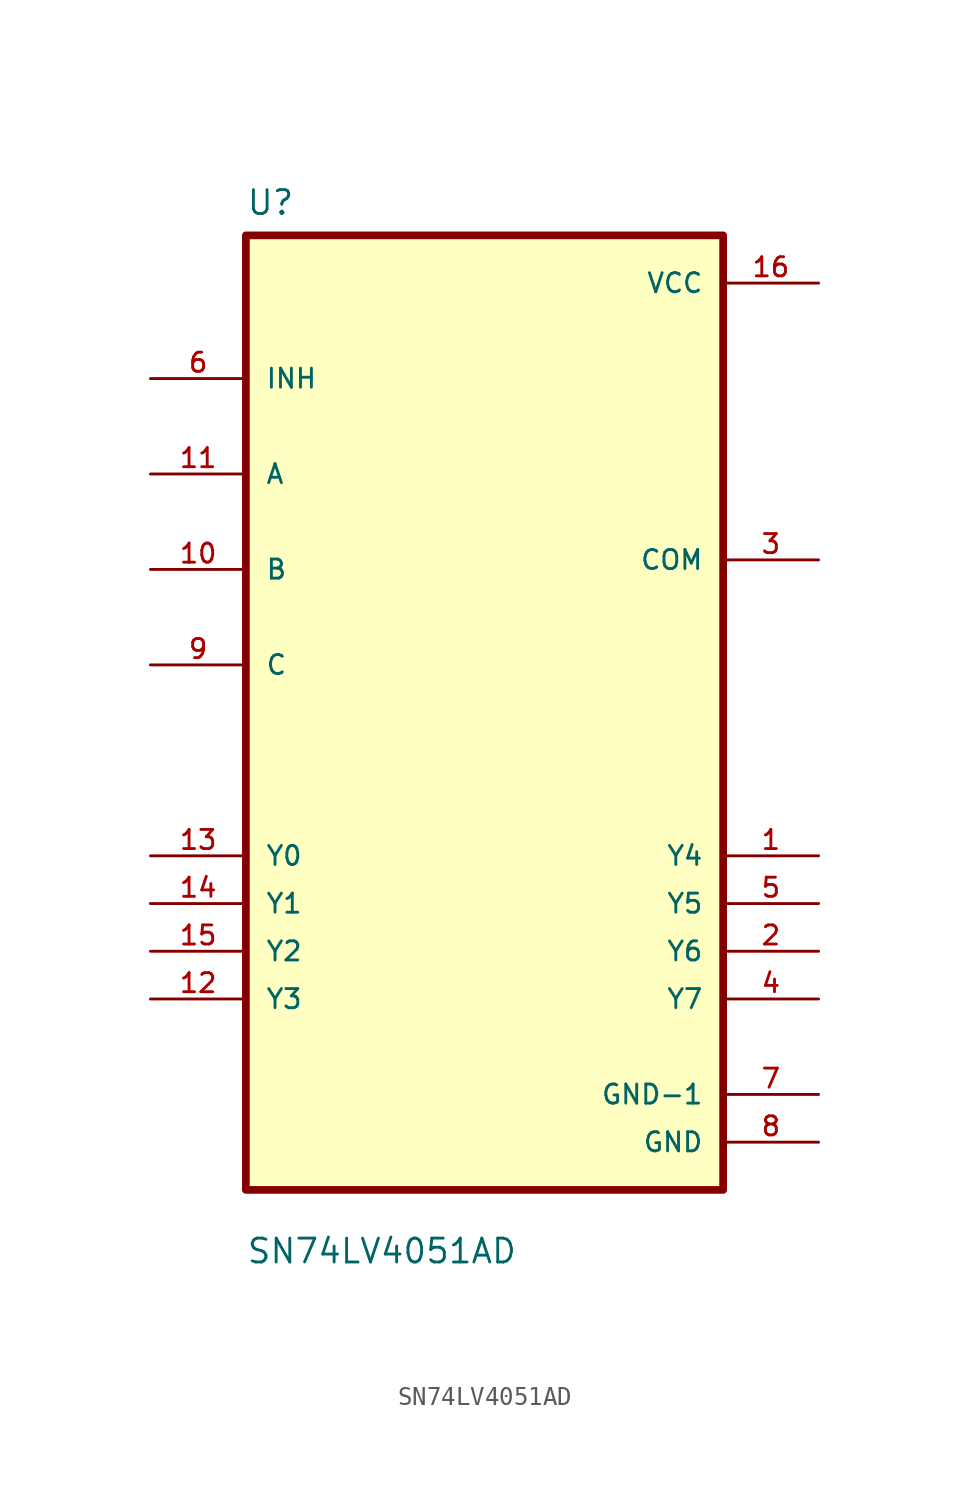
<source format=kicad_sym>
(kicad_symbol_lib
  (version 20211014)
  (generator kicad_symbol_editor)
  (symbol "SN74LV4051AD"
    (pin_names
      (offset 1.016))
    (property "Reference" "U"
      (at -12.7 26.4 0)
      (effects (font (size 1.27 1.27)) (justify left bottom)))
    (property "Value" "SN74LV4051AD"
      (at -12.7 -29.4 0)
      (effects (font (size 1.27 1.27)) (justify left bottom)))
    (symbol "SN74LV4051AD_0_0"
      (rectangle (start -12.7 -25.4) (end 12.7 25.4) (stroke (width 0.41) (type default) (color 0 0 0 0)) (fill (type background)))
      (pin bidirectional line (at 17.78 -7.62 180) (length 5.08) (name "Y4" (effects (font (size 1.016 1.016)))) (number "1" (effects (font (size 1.016 1.016)))))
      (pin bidirectional line (at -17.78 7.62 0) (length 5.08) (name "B" (effects (font (size 1.016 1.016)))) (number "10" (effects (font (size 1.016 1.016)))))
      (pin bidirectional line (at -17.78 12.7 0) (length 5.08) (name "A" (effects (font (size 1.016 1.016)))) (number "11" (effects (font (size 1.016 1.016)))))
      (pin bidirectional line (at -17.78 -15.24 0) (length 5.08) (name "Y3" (effects (font (size 1.016 1.016)))) (number "12" (effects (font (size 1.016 1.016)))))
      (pin bidirectional line (at -17.78 -7.62 0) (length 5.08) (name "Y0" (effects (font (size 1.016 1.016)))) (number "13" (effects (font (size 1.016 1.016)))))
      (pin bidirectional line (at -17.78 -10.16 0) (length 5.08) (name "Y1" (effects (font (size 1.016 1.016)))) (number "14" (effects (font (size 1.016 1.016)))))
      (pin bidirectional line (at -17.78 -12.7 0) (length 5.08) (name "Y2" (effects (font (size 1.016 1.016)))) (number "15" (effects (font (size 1.016 1.016)))))
      (pin power_in line (at 17.78 22.86 180) (length 5.08) (name "VCC" (effects (font (size 1.016 1.016)))) (number "16" (effects (font (size 1.016 1.016)))))
      (pin bidirectional line (at 17.78 -12.7 180) (length 5.08) (name "Y6" (effects (font (size 1.016 1.016)))) (number "2" (effects (font (size 1.016 1.016)))))
      (pin bidirectional line (at 17.78 8.128 180) (length 5.08) (name "COM" (effects (font (size 1.016 1.016)))) (number "3" (effects (font (size 1.016 1.016)))))
      (pin bidirectional line (at 17.78 -15.24 180) (length 5.08) (name "Y7" (effects (font (size 1.016 1.016)))) (number "4" (effects (font (size 1.016 1.016)))))
      (pin bidirectional line (at 17.78 -10.16 180) (length 5.08) (name "Y5" (effects (font (size 1.016 1.016)))) (number "5" (effects (font (size 1.016 1.016)))))
      (pin input line (at -17.78 17.78 0) (length 5.08) (name "INH" (effects (font (size 1.016 1.016)))) (number "6" (effects (font (size 1.016 1.016)))))
      (pin power_in line (at 17.78 -20.32 180) (length 5.08) (name "GND-1" (effects (font (size 1.016 1.016)))) (number "7" (effects (font (size 1.016 1.016)))))
      (pin power_in line (at 17.78 -22.86 180) (length 5.08) (name "GND" (effects (font (size 1.016 1.016)))) (number "8" (effects (font (size 1.016 1.016)))))
      (pin bidirectional line (at -17.78 2.54 0) (length 5.08) (name "C" (effects (font (size 1.016 1.016)))) (number "9" (effects (font (size 1.016 1.016))))))))
</source>
